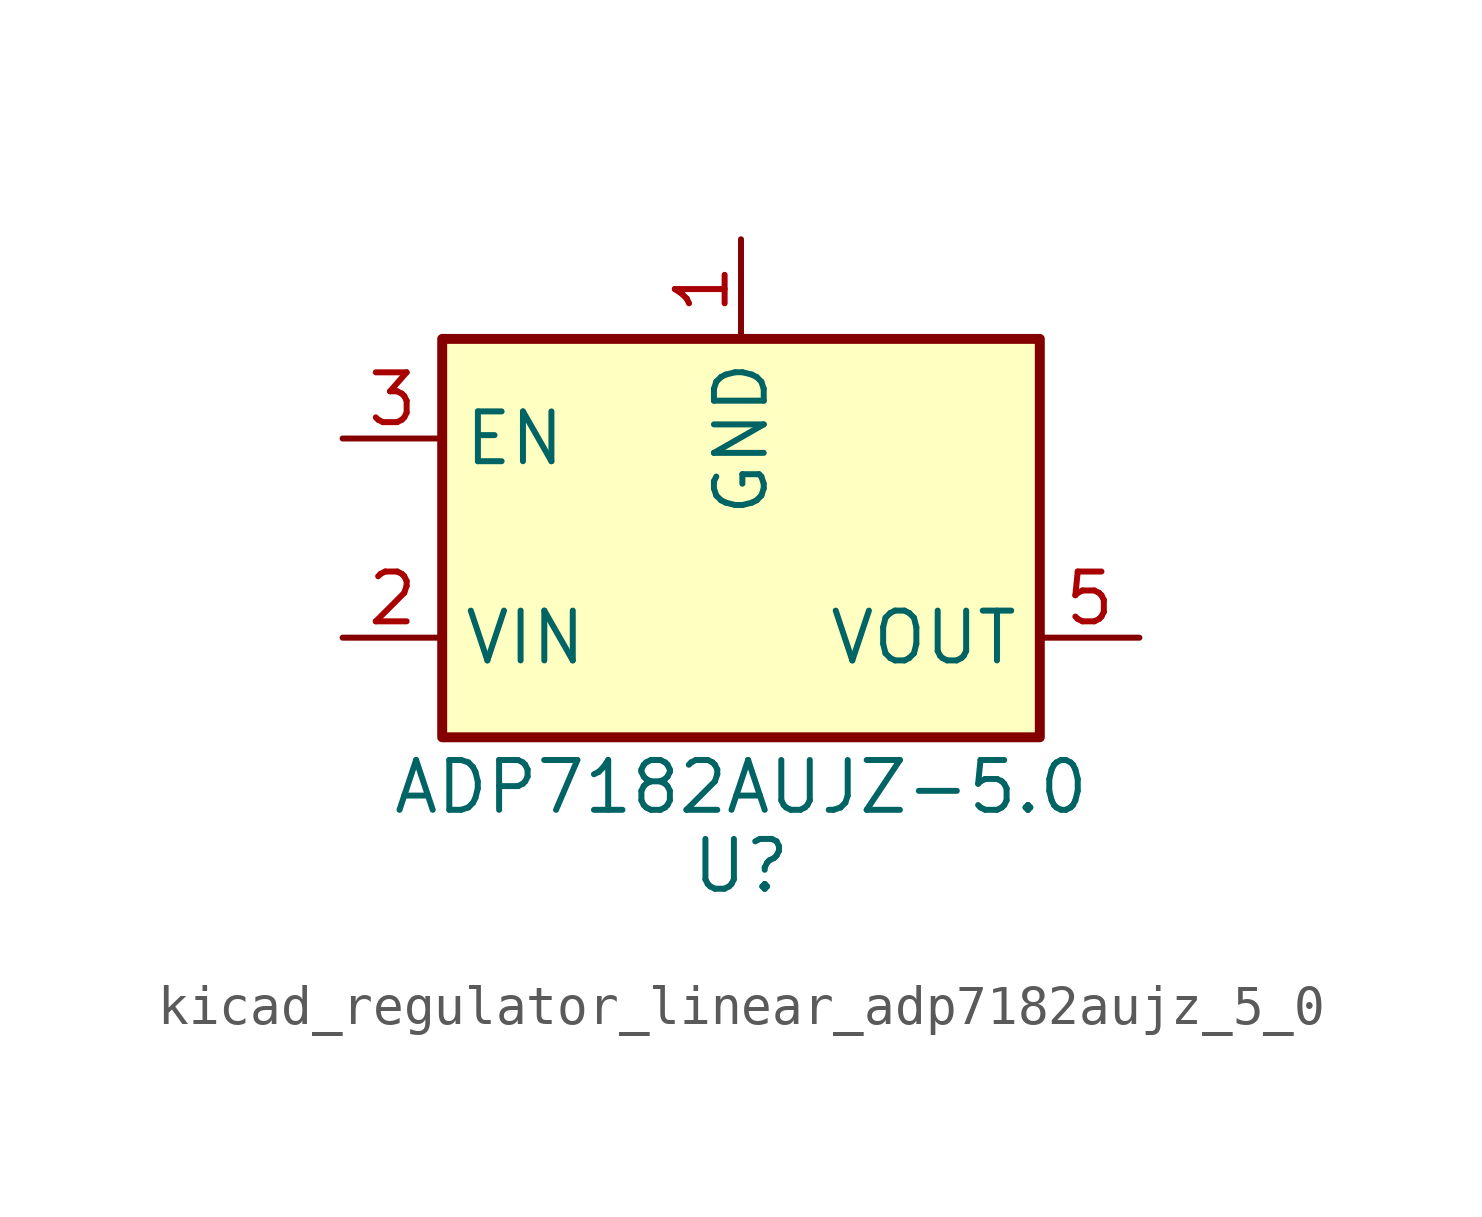
<source format=kicad_sym>
(kicad_symbol_lib
  (version 20220914)
  (generator kicad_symbol_editor)
  (symbol "kicad_regulator_linear_adp7182aujz_5_0"
    (property "Reference" "U"
      (at 0 -7.62 0)
      (effects (font (size 1.27 1.27)) (justify top)))
    (property "Value" "ADP7182AUJZ-5.0"
      (at 0 -6.35 0)
      (effects (font (size 1.27 1.27))))
    (symbol "kicad_regulator_linear_adp7182aujz_5_0_0_1"
      (rectangle (start -7.62 5.08) (end 7.62 -5.08) (stroke (width 0.254) (type default)) (fill (type background))))
    (symbol "kicad_regulator_linear_adp7182aujz_5_0_1_1"
      (pin power_in line (at 0 7.62 270) (length 2.54) (name "GND" (effects (font (size 1.27 1.27)))) (number "1" (effects (font (size 1.27 1.27)))))
      (pin power_in line (at -10.16 -2.54 0) (length 2.54) (name "VIN" (effects (font (size 1.27 1.27)))) (number "2" (effects (font (size 1.27 1.27)))))
      (pin input line (at -10.16 2.54 0) (length 2.54) (name "EN" (effects (font (size 1.27 1.27)))) (number "3" (effects (font (size 1.27 1.27)))))
      (pin no_connect line (at 7.62 0 180) (length 2.54) hide (name "NC" (effects (font (size 1.27 1.27)))) (number "4" (effects (font (size 1.27 1.27)))))
      (pin power_out line (at 10.16 -2.54 180) (length 2.54) (name "VOUT" (effects (font (size 1.27 1.27)))) (number "5" (effects (font (size 1.27 1.27))))))))
</source>
